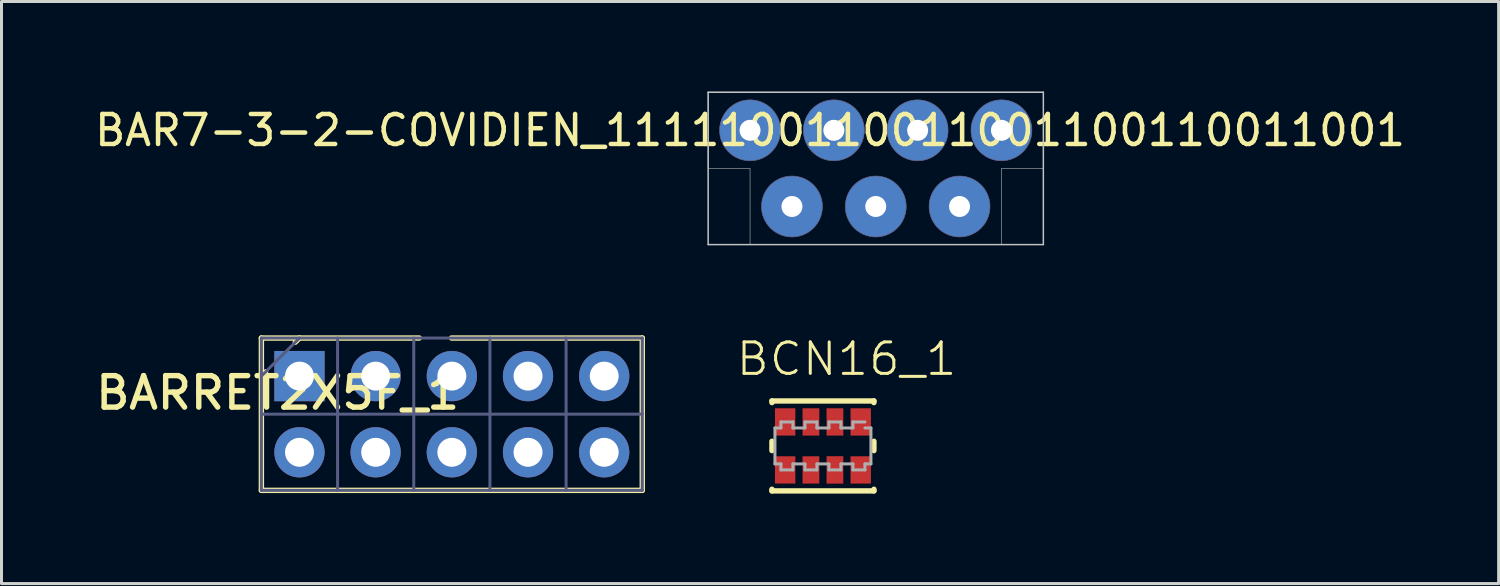
<source format=kicad_pcb>
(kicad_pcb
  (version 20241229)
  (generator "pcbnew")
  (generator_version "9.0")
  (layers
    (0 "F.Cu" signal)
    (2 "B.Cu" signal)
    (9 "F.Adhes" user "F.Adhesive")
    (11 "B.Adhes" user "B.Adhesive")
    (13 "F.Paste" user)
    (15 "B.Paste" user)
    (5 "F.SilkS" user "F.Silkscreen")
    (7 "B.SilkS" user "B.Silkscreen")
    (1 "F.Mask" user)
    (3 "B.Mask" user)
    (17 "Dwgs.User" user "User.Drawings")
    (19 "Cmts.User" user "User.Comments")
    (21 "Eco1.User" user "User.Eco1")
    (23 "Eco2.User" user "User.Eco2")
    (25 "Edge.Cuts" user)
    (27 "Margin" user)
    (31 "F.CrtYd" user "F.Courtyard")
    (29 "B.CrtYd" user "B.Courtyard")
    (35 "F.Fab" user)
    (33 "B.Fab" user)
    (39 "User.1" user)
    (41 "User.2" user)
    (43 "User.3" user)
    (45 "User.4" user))
  (footprint "BAR7-3-2-COVIDIEN_1111100110011001100110011001"
    (placed yes)
    (layer "F.Cu")
    (at 21.958 1.295)
    (property "Reference" "BAR7-3-2-COVIDIEN_1111100110011001100110011001" (at 0 0 0) (layer "F.SilkS") (effects (font (size 1 1) (thickness 0.15))))
    (attr through_hole)
    (fp_line (start -1.397 -1.27) (end 9.779 -1.27) (stroke (width 0.05) (type solid)) (layer "Dwgs.User"))
    (fp_line (start -1.397 3.81) (end -1.397 -1.27) (stroke (width 0.05) (type solid)) (layer "Dwgs.User"))
    (fp_line (start 9.779 -1.27) (end 9.779 3.81) (stroke (width 0.05) (type solid)) (layer "Dwgs.User"))
    (fp_line (start 9.779 3.81) (end -1.397 3.81) (stroke (width 0.05) (type solid)) (layer "Dwgs.User"))
    (fp_arc (start 1.016 0) (mid -1.016 0) (end 1.016 0) (stroke (width 0.02) (type solid)) (layer "B.Fab"))
    (fp_arc (start 2.413 2.54) (mid 0.381 2.54) (end 2.413 2.54) (stroke (width 0.02) (type solid)) (layer "B.Fab"))
    (fp_arc (start 3.81 0) (mid 1.778 0) (end 3.81 0) (stroke (width 0.02) (type solid)) (layer "B.Fab"))
    (fp_arc (start 5.207 2.54) (mid 3.175 2.54) (end 5.207 2.54) (stroke (width 0.02) (type solid)) (layer "B.Fab"))
    (fp_arc (start 6.604 0) (mid 4.572 0) (end 6.604 0) (stroke (width 0.02) (type solid)) (layer "B.Fab"))
    (fp_arc (start 8.001 2.54) (mid 5.969 2.54) (end 8.001 2.54) (stroke (width 0.02) (type solid)) (layer "B.Fab"))
    (fp_arc (start 9.398 0) (mid 7.366 0) (end 9.398 0) (stroke (width 0.02) (type solid)) (layer "B.Fab"))
    (fp_poly (pts (xy 9.779 -1.27) (xy 9.779 1.27) (xy 8.382 1.27) (xy 8.382 3.81) (xy 0 3.81) (xy 0 1.27) (xy -1.397 1.27) (xy -1.397 -1.27)) (stroke (width 0.02) (type solid)) (fill no) (layer "F.Fab"))
    (pad "1" thru_hole circle (at 0 0) (size 2.032 2.032) (drill 0.7) (layers "*.Cu" "*.Mask"))
    (pad "2" thru_hole circle (at 1.397 2.54) (size 2.032 2.032) (drill 0.7) (layers "*.Cu" "*.Mask"))
    (pad "3" thru_hole circle (at 2.794 0) (size 2.032 2.032) (drill 0.7) (layers "*.Cu" "*.Mask"))
    (pad "4" thru_hole circle (at 4.191 2.54) (size 2.032 2.032) (drill 0.7) (layers "*.Cu" "*.Mask"))
    (pad "5" thru_hole circle (at 5.588 0) (size 2.032 2.032) (drill 0.7) (layers "*.Cu" "*.Mask"))
    (pad "6" thru_hole circle (at 6.985 2.54) (size 2.032 2.032) (drill 0.7) (layers "*.Cu" "*.Mask"))
    (pad "7" thru_hole circle (at 8.382 0) (size 2.032 2.032) (drill 0.7) (layers "*.Cu" "*.Mask")))
  (footprint "BCN16_1"
    (layer "F.Cu")
    (at 24.388 11.818)
    (property "Reference" "BCN16_1" (at 0.787 -2.899 0) (unlocked yes) (layer "F.SilkS") (effects (font (size 1.05 1.104) (thickness 0.1))))
    (attr smd)
    (fp_line (start -1.7 -1.5) (end 1.7 -1.5) (stroke (width 0.18) (type solid)) (layer "F.SilkS"))
    (fp_line (start -1.7 -1.445) (end -1.7 -1.5) (stroke (width 0.18) (type solid)) (layer "F.SilkS"))
    (fp_line (start -1.7 0.155) (end -1.7 -0.155) (stroke (width 0.18) (type solid)) (layer "F.SilkS"))
    (fp_line (start -1.7 1.5) (end -1.7 1.445) (stroke (width 0.18) (type solid)) (layer "F.SilkS"))
    (fp_line (start -1.7 1.5) (end 1.7 1.5) (stroke (width 0.18) (type solid)) (layer "F.SilkS"))
    (fp_line (start 1.7 -1.445) (end 1.7 -1.5) (stroke (width 0.18) (type solid)) (layer "F.SilkS"))
    (fp_line (start 1.7 0.155) (end 1.7 -0.155) (stroke (width 0.18) (type solid)) (layer "F.SilkS"))
    (fp_line (start 1.7 1.5) (end 1.7 1.445) (stroke (width 0.18) (type solid)) (layer "F.SilkS"))
    (fp_line (start -1.6 -0.6) (end -1.4 -0.6) (stroke (width 0.1) (type solid)) (layer "F.Fab"))
    (fp_line (start -1.6 0.6) (end -1.6 -0.6) (stroke (width 0.1) (type solid)) (layer "F.Fab"))
    (fp_line (start -1.6 0.6) (end -1.4 0.6) (stroke (width 0.1) (type solid)) (layer "F.Fab"))
    (fp_line (start -1.4 -0.8) (end -1 -0.8) (stroke (width 0.1) (type solid)) (layer "F.Fab"))
    (fp_line (start -1.4 -0.6) (end -1.4 -0.8) (stroke (width 0.1) (type solid)) (layer "F.Fab"))
    (fp_line (start -1.4 0.8) (end -1.4 0.6) (stroke (width 0.1) (type solid)) (layer "F.Fab"))
    (fp_line (start -1.4 0.8) (end -1 0.8) (stroke (width 0.1) (type solid)) (layer "F.Fab"))
    (fp_line (start -1 -0.6) (end -1 -0.8) (stroke (width 0.1) (type solid)) (layer "F.Fab"))
    (fp_line (start -1 -0.6) (end -0.6 -0.6) (stroke (width 0.1) (type solid)) (layer "F.Fab"))
    (fp_line (start -1 0.6) (end -0.6 0.6) (stroke (width 0.1) (type solid)) (layer "F.Fab"))
    (fp_line (start -1 0.8) (end -1 0.6) (stroke (width 0.1) (type solid)) (layer "F.Fab"))
    (fp_line (start -0.6 -0.8) (end -0.2 -0.8) (stroke (width 0.1) (type solid)) (layer "F.Fab"))
    (fp_line (start -0.6 -0.6) (end -0.6 -0.8) (stroke (width 0.1) (type solid)) (layer "F.Fab"))
    (fp_line (start -0.6 0.8) (end -0.6 0.6) (stroke (width 0.1) (type solid)) (layer "F.Fab"))
    (fp_line (start -0.6 0.8) (end -0.2 0.8) (stroke (width 0.1) (type solid)) (layer "F.Fab"))
    (fp_line (start -0.2 -0.6) (end -0.2 -0.8) (stroke (width 0.1) (type solid)) (layer "F.Fab"))
    (fp_line (start -0.2 -0.6) (end 0.2 -0.6) (stroke (width 0.1) (type solid)) (layer "F.Fab"))
    (fp_line (start -0.2 0.6) (end 0.2 0.6) (stroke (width 0.1) (type solid)) (layer "F.Fab"))
    (fp_line (start -0.2 0.8) (end -0.2 0.6) (stroke (width 0.1) (type solid)) (layer "F.Fab"))
    (fp_line (start 0.2 -0.8) (end 0.6 -0.8) (stroke (width 0.1) (type solid)) (layer "F.Fab"))
    (fp_line (start 0.2 -0.6) (end 0.2 -0.8) (stroke (width 0.1) (type solid)) (layer "F.Fab"))
    (fp_line (start 0.2 0.8) (end 0.2 0.6) (stroke (width 0.1) (type solid)) (layer "F.Fab"))
    (fp_line (start 0.2 0.8) (end 0.6 0.8) (stroke (width 0.1) (type solid)) (layer "F.Fab"))
    (fp_line (start 0.6 -0.6) (end 0.6 -0.8) (stroke (width 0.1) (type solid)) (layer "F.Fab"))
    (fp_line (start 0.6 -0.6) (end 1 -0.6) (stroke (width 0.1) (type solid)) (layer "F.Fab"))
    (fp_line (start 0.6 0.6) (end 1 0.6) (stroke (width 0.1) (type solid)) (layer "F.Fab"))
    (fp_line (start 0.6 0.8) (end 0.6 0.6) (stroke (width 0.1) (type solid)) (layer "F.Fab"))
    (fp_line (start 1 -0.8) (end 1.4 -0.8) (stroke (width 0.1) (type solid)) (layer "F.Fab"))
    (fp_line (start 1 -0.6) (end 1 -0.8) (stroke (width 0.1) (type solid)) (layer "F.Fab"))
    (fp_line (start 1 0.8) (end 1 0.6) (stroke (width 0.1) (type solid)) (layer "F.Fab"))
    (fp_line (start 1 0.8) (end 1.4 0.8) (stroke (width 0.1) (type solid)) (layer "F.Fab"))
    (fp_line (start 1.4 -0.6) (end 1.6 -0.6) (stroke (width 0.1) (type solid)) (layer "F.Fab"))
    (fp_line (start 1.4 0.6) (end 1.6 0.6) (stroke (width 0.1) (type solid)) (layer "F.Fab"))
    (fp_line (start 1.4 0.8) (end 1.4 0.6) (stroke (width 0.1) (type solid)) (layer "F.Fab"))
    (fp_line (start 1.6 0.6) (end 1.6 -0.6) (stroke (width 0.1) (type solid)) (layer "F.Fab"))
    (pad "1" smd rect (at -1.26 0.8) (size 0.68 0.91) (layers "F.Cu" "F.Mask" "F.Paste"))
    (pad "2" smd rect (at -0.4 0.8) (size 0.56 0.91) (layers "F.Cu" "F.Mask" "F.Paste"))
    (pad "3" smd rect (at 0.4 0.8) (size 0.559 0.914) (layers "F.Cu" "F.Mask" "F.Paste"))
    (pad "4" smd rect (at 1.26 0.8) (size 0.68 0.91) (layers "F.Cu" "F.Mask" "F.Paste"))
    (pad "5" smd rect (at 1.26 -0.8) (size 0.68 0.91) (layers "F.Cu" "F.Mask" "F.Paste"))
    (pad "6" smd rect (at 0.4 -0.8) (size 0.56 0.91) (layers "F.Cu" "F.Mask" "F.Paste"))
    (pad "7" smd rect (at -0.4 -0.8) (size 0.56 0.91) (layers "F.Cu" "F.Mask" "F.Paste"))
    (pad "8" smd rect (at -1.26 -0.8) (size 0.68 0.91) (layers "F.Cu" "F.Mask" "F.Paste")))
  (footprint "BARRET2X5F_1"
    (layer "F.Cu")
    (at 6.935 9.49)
    (property "Reference" "BARRET2X5F_1" (at -0.729 0.557 0) (unlocked yes) (layer "F.SilkS") (effects (font (size 1.05 1.104) (thickness 0.18))))
    (attr smd)
    (fp_line (start -1.27 -1.27) (end -1.27 3.81) (stroke (width 0.18) (type solid)) (layer "F.SilkS"))
    (fp_line (start -1.13 -0.14) (end -1.27 0) (stroke (width 0.18) (type solid)) (layer "F.SilkS"))
    (fp_line (start 0 -1.27) (end -0.14 -1.13) (stroke (width 0.18) (type solid)) (layer "F.SilkS"))
    (fp_line (start 3.994 -1.27) (end -1.27 -1.27) (stroke (width 0.18) (type solid)) (layer "F.SilkS"))
    (fp_line (start 11.43 -1.27) (end 5.068 -1.27) (stroke (width 0.18) (type solid)) (layer "F.SilkS"))
    (fp_line (start 11.43 -1.27) (end 11.43 3.81) (stroke (width 0.18) (type solid)) (layer "F.SilkS"))
    (fp_line (start 11.43 3.81) (end -1.27 3.81) (stroke (width 0.18) (type solid)) (layer "F.SilkS"))
    (fp_line (start -1.27 -1.27) (end -1.27 3.81) (stroke (width 0.1) (type solid)) (layer "B.Fab"))
    (fp_line (start 0 -1.27) (end -1.27 0) (stroke (width 0.1) (type solid)) (layer "B.Fab"))
    (fp_line (start 1.27 -1.27) (end 1.27 3.81) (stroke (width 0.1) (type solid)) (layer "B.Fab"))
    (fp_line (start 3.81 -1.27) (end 3.81 3.81) (stroke (width 0.1) (type solid)) (layer "B.Fab"))
    (fp_line (start 6.35 -1.27) (end 6.35 3.81) (stroke (width 0.1) (type solid)) (layer "B.Fab"))
    (fp_line (start 8.89 -1.27) (end 8.89 3.81) (stroke (width 0.1) (type solid)) (layer "B.Fab"))
    (fp_line (start 11.43 -1.27) (end -1.27 -1.27) (stroke (width 0.1) (type solid)) (layer "B.Fab"))
    (fp_line (start 11.43 -1.27) (end 11.43 3.81) (stroke (width 0.1) (type solid)) (layer "B.Fab"))
    (fp_line (start 11.43 1.27) (end -1.27 1.27) (stroke (width 0.1) (type solid)) (layer "B.Fab"))
    (fp_line (start 11.43 3.81) (end -1.27 3.81) (stroke (width 0.1) (type solid)) (layer "B.Fab"))
    (pad "1" thru_hole rect (at 0 0 180) (size 1.676 1.676) (drill 0.965) (layers "*.Cu" "*.Mask"))
    (pad "2" thru_hole circle (at 0 2.54 180) (size 1.676 1.676) (drill 0.965) (layers "*.Cu" "*.Mask"))
    (pad "3" thru_hole circle (at 2.54 0 180) (size 1.676 1.676) (drill 0.965) (layers "*.Cu" "*.Mask"))
    (pad "4" thru_hole circle (at 2.54 2.54 180) (size 1.676 1.676) (drill 0.965) (layers "*.Cu" "*.Mask"))
    (pad "5" thru_hole circle (at 5.08 0 180) (size 1.676 1.676) (drill 0.965) (layers "*.Cu" "*.Mask"))
    (pad "6" thru_hole circle (at 5.08 2.54 180) (size 1.676 1.676) (drill 0.965) (layers "*.Cu" "*.Mask"))
    (pad "7" thru_hole circle (at 7.62 0 180) (size 1.676 1.676) (drill 0.965) (layers "*.Cu" "*.Mask"))
    (pad "8" thru_hole circle (at 7.62 2.54 180) (size 1.676 1.676) (drill 0.965) (layers "*.Cu" "*.Mask"))
    (pad "9" thru_hole circle (at 10.16 0 180) (size 1.676 1.676) (drill 0.965) (layers "*.Cu" "*.Mask"))
    (pad "10" thru_hole circle (at 10.16 2.54 180) (size 1.676 1.676) (drill 0.965) (layers "*.Cu" "*.Mask")))
  (gr_rect
    (start -3 -3)
    (end 46.917 16.408)
    (stroke (width 0.1) (type default))
    (fill no)
    (layer "Edge.Cuts")))
</source>
